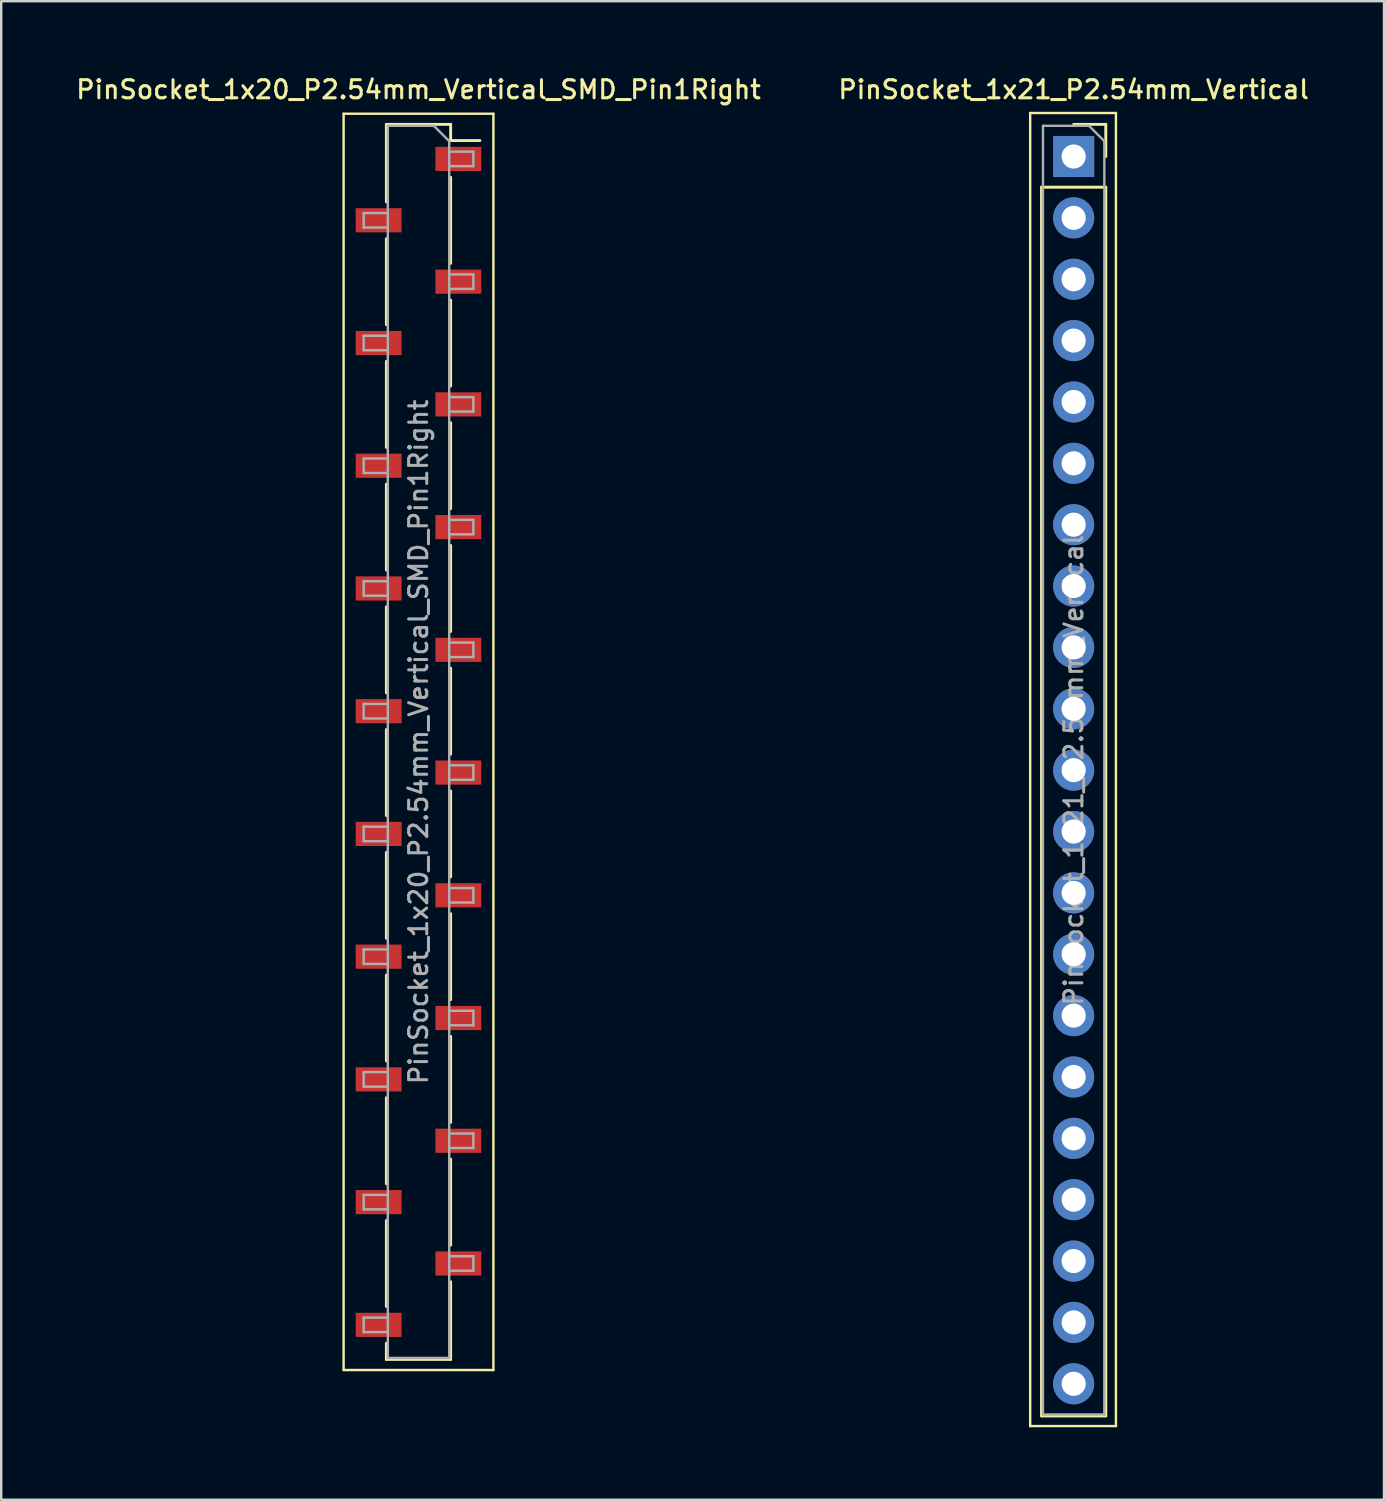
<source format=kicad_pcb>
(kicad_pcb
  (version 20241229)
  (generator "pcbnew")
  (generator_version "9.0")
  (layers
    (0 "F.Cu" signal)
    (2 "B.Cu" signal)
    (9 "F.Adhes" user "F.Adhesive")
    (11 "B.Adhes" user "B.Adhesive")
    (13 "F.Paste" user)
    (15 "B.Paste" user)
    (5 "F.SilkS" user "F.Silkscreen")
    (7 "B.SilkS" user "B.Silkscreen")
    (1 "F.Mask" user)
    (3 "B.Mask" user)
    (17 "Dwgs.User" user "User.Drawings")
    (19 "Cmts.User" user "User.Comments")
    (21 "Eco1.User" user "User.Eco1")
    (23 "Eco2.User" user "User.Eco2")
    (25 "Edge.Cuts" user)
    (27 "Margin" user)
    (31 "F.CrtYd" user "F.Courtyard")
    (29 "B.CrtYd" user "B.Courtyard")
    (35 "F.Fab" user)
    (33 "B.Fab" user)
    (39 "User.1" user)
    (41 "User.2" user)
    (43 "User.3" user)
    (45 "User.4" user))
  (footprint "PinSocket_1x21_P2.54mm_Vertical"
    (layer "F.Cu")
    (at 41.391 3.428)
    (property "Reference" "PinSocket_1x21_P2.54mm_Vertical" (at 0 -2.77 0) (layer "F.SilkS") (effects (font (size 0.75 0.75) (thickness 0.125))))
    (attr through_hole)
    (fp_line (start -1.8 -1.8) (end 1.75 -1.8) (stroke (width 0.1) (type solid)) (layer "F.SilkS"))
    (fp_line (start -1.8 52.55) (end -1.8 -1.8) (stroke (width 0.1) (type solid)) (layer "F.SilkS"))
    (fp_line (start -1.33 1.27) (end -1.33 52.13) (stroke (width 0.12) (type solid)) (layer "F.SilkS"))
    (fp_line (start -1.33 1.27) (end 1.33 1.27) (stroke (width 0.12) (type solid)) (layer "F.SilkS"))
    (fp_line (start -1.33 52.13) (end 1.33 52.13) (stroke (width 0.12) (type solid)) (layer "F.SilkS"))
    (fp_line (start 0 -1.33) (end 1.33 -1.33) (stroke (width 0.12) (type solid)) (layer "F.SilkS"))
    (fp_line (start 1.33 -1.33) (end 1.33 0) (stroke (width 0.12) (type solid)) (layer "F.SilkS"))
    (fp_line (start 1.33 1.27) (end 1.33 52.13) (stroke (width 0.12) (type solid)) (layer "F.SilkS"))
    (fp_line (start 1.75 -1.8) (end 1.75 52.55) (stroke (width 0.1) (type solid)) (layer "F.SilkS"))
    (fp_line (start 1.75 52.55) (end -1.8 52.55) (stroke (width 0.1) (type solid)) (layer "F.SilkS"))
    (fp_line (start -1.27 -1.27) (end 0.635 -1.27) (stroke (width 0.1) (type solid)) (layer "F.Fab"))
    (fp_line (start -1.27 52.07) (end -1.27 -1.27) (stroke (width 0.1) (type solid)) (layer "F.Fab"))
    (fp_line (start 0.635 -1.27) (end 1.27 -0.635) (stroke (width 0.1) (type solid)) (layer "F.Fab"))
    (fp_line (start 1.27 -0.635) (end 1.27 52.07) (stroke (width 0.1) (type solid)) (layer "F.Fab"))
    (fp_line (start 1.27 52.07) (end -1.27 52.07) (stroke (width 0.1) (type solid)) (layer "F.Fab"))
    (fp_text user "${REFERENCE}" (at 0 25.4 90) (layer "F.Fab") (effects (font (size 0.75 0.75) (thickness 0.125))))
    (pad "1" thru_hole rect (at 0 0) (size 1.7 1.7) (drill 1) (layers "*.Cu" "*.Mask"))
    (pad "2" thru_hole oval (at 0 2.54) (size 1.7 1.7) (drill 1) (layers "*.Cu" "*.Mask"))
    (pad "3" thru_hole oval (at 0 5.08) (size 1.7 1.7) (drill 1) (layers "*.Cu" "*.Mask"))
    (pad "4" thru_hole oval (at 0 7.62) (size 1.7 1.7) (drill 1) (layers "*.Cu" "*.Mask"))
    (pad "5" thru_hole oval (at 0 10.16) (size 1.7 1.7) (drill 1) (layers "*.Cu" "*.Mask"))
    (pad "6" thru_hole oval (at 0 12.7) (size 1.7 1.7) (drill 1) (layers "*.Cu" "*.Mask"))
    (pad "7" thru_hole oval (at 0 15.24) (size 1.7 1.7) (drill 1) (layers "*.Cu" "*.Mask"))
    (pad "8" thru_hole oval (at 0 17.78) (size 1.7 1.7) (drill 1) (layers "*.Cu" "*.Mask"))
    (pad "9" thru_hole oval (at 0 20.32) (size 1.7 1.7) (drill 1) (layers "*.Cu" "*.Mask"))
    (pad "10" thru_hole oval (at 0 22.86) (size 1.7 1.7) (drill 1) (layers "*.Cu" "*.Mask"))
    (pad "11" thru_hole oval (at 0 25.4) (size 1.7 1.7) (drill 1) (layers "*.Cu" "*.Mask"))
    (pad "12" thru_hole oval (at 0 27.94) (size 1.7 1.7) (drill 1) (layers "*.Cu" "*.Mask"))
    (pad "13" thru_hole oval (at 0 30.48) (size 1.7 1.7) (drill 1) (layers "*.Cu" "*.Mask"))
    (pad "14" thru_hole oval (at 0 33.02) (size 1.7 1.7) (drill 1) (layers "*.Cu" "*.Mask"))
    (pad "15" thru_hole oval (at 0 35.56) (size 1.7 1.7) (drill 1) (layers "*.Cu" "*.Mask"))
    (pad "16" thru_hole oval (at 0 38.1) (size 1.7 1.7) (drill 1) (layers "*.Cu" "*.Mask"))
    (pad "17" thru_hole oval (at 0 40.64) (size 1.7 1.7) (drill 1) (layers "*.Cu" "*.Mask"))
    (pad "18" thru_hole oval (at 0 43.18) (size 1.7 1.7) (drill 1) (layers "*.Cu" "*.Mask"))
    (pad "19" thru_hole oval (at 0 45.72) (size 1.7 1.7) (drill 1) (layers "*.Cu" "*.Mask"))
    (pad "20" thru_hole oval (at 0 48.26) (size 1.7 1.7) (drill 1) (layers "*.Cu" "*.Mask"))
    (pad "21" thru_hole oval (at 0 50.8) (size 1.7 1.7) (drill 1) (layers "*.Cu" "*.Mask")))
  (footprint "PinSocket_1x20_P2.54mm_Vertical_SMD_Pin1Right"
    (layer "F.Cu")
    (at 14.273 27.658)
    (property "Reference" "PinSocket_1x20_P2.54mm_Vertical_SMD_Pin1Right" (at 0 -27 0) (layer "F.SilkS") (effects (font (size 0.75 0.75) (thickness 0.125))))
    (attr smd)
    (fp_line (start -3.1 -26) (end 3.1 -26) (stroke (width 0.1) (type solid)) (layer "F.SilkS"))
    (fp_line (start -3.1 26) (end -3.1 -26) (stroke (width 0.1) (type solid)) (layer "F.SilkS"))
    (fp_line (start -1.33 -25.56) (end -1.33 -22.35) (stroke (width 0.12) (type solid)) (layer "F.SilkS"))
    (fp_line (start -1.33 -25.56) (end 1.33 -25.56) (stroke (width 0.12) (type solid)) (layer "F.SilkS"))
    (fp_line (start -1.33 -20.83) (end -1.33 -17.27) (stroke (width 0.12) (type solid)) (layer "F.SilkS"))
    (fp_line (start -1.33 -15.75) (end -1.33 -12.19) (stroke (width 0.12) (type solid)) (layer "F.SilkS"))
    (fp_line (start -1.33 -10.67) (end -1.33 -7.11) (stroke (width 0.12) (type solid)) (layer "F.SilkS"))
    (fp_line (start -1.33 -5.59) (end -1.33 -2.03) (stroke (width 0.12) (type solid)) (layer "F.SilkS"))
    (fp_line (start -1.33 -0.51) (end -1.33 3.05) (stroke (width 0.12) (type solid)) (layer "F.SilkS"))
    (fp_line (start -1.33 4.57) (end -1.33 8.13) (stroke (width 0.12) (type solid)) (layer "F.SilkS"))
    (fp_line (start -1.33 9.65) (end -1.33 13.21) (stroke (width 0.12) (type solid)) (layer "F.SilkS"))
    (fp_line (start -1.33 14.73) (end -1.33 18.29) (stroke (width 0.12) (type solid)) (layer "F.SilkS"))
    (fp_line (start -1.33 19.81) (end -1.33 23.37) (stroke (width 0.12) (type solid)) (layer "F.SilkS"))
    (fp_line (start -1.33 24.89) (end -1.33 25.56) (stroke (width 0.12) (type solid)) (layer "F.SilkS"))
    (fp_line (start -1.33 25.56) (end 1.33 25.56) (stroke (width 0.12) (type solid)) (layer "F.SilkS"))
    (fp_line (start 1.33 -25.56) (end 1.33 -24.89) (stroke (width 0.12) (type solid)) (layer "F.SilkS"))
    (fp_line (start 1.33 -24.89) (end 2.54 -24.89) (stroke (width 0.12) (type solid)) (layer "F.SilkS"))
    (fp_line (start 1.33 -23.37) (end 1.33 -19.81) (stroke (width 0.12) (type solid)) (layer "F.SilkS"))
    (fp_line (start 1.33 -18.29) (end 1.33 -14.73) (stroke (width 0.12) (type solid)) (layer "F.SilkS"))
    (fp_line (start 1.33 -13.21) (end 1.33 -9.65) (stroke (width 0.12) (type solid)) (layer "F.SilkS"))
    (fp_line (start 1.33 -8.13) (end 1.33 -4.57) (stroke (width 0.12) (type solid)) (layer "F.SilkS"))
    (fp_line (start 1.33 -3.05) (end 1.33 0.51) (stroke (width 0.12) (type solid)) (layer "F.SilkS"))
    (fp_line (start 1.33 2.03) (end 1.33 5.59) (stroke (width 0.12) (type solid)) (layer "F.SilkS"))
    (fp_line (start 1.33 7.11) (end 1.33 10.67) (stroke (width 0.12) (type solid)) (layer "F.SilkS"))
    (fp_line (start 1.33 12.19) (end 1.33 15.75) (stroke (width 0.12) (type solid)) (layer "F.SilkS"))
    (fp_line (start 1.33 17.27) (end 1.33 20.83) (stroke (width 0.12) (type solid)) (layer "F.SilkS"))
    (fp_line (start 1.33 22.35) (end 1.33 25.56) (stroke (width 0.12) (type solid)) (layer "F.SilkS"))
    (fp_line (start 3.1 -26) (end 3.1 26) (stroke (width 0.1) (type solid)) (layer "F.SilkS"))
    (fp_line (start 3.1 26) (end -3.1 26) (stroke (width 0.1) (type solid)) (layer "F.SilkS"))
    (fp_line (start -2.27 -21.89) (end -1.27 -21.89) (stroke (width 0.1) (type solid)) (layer "F.Fab"))
    (fp_line (start -2.27 -21.29) (end -2.27 -21.89) (stroke (width 0.1) (type solid)) (layer "F.Fab"))
    (fp_line (start -2.27 -16.81) (end -1.27 -16.81) (stroke (width 0.1) (type solid)) (layer "F.Fab"))
    (fp_line (start -2.27 -16.21) (end -2.27 -16.81) (stroke (width 0.1) (type solid)) (layer "F.Fab"))
    (fp_line (start -2.27 -11.73) (end -1.27 -11.73) (stroke (width 0.1) (type solid)) (layer "F.Fab"))
    (fp_line (start -2.27 -11.13) (end -2.27 -11.73) (stroke (width 0.1) (type solid)) (layer "F.Fab"))
    (fp_line (start -2.27 -6.65) (end -1.27 -6.65) (stroke (width 0.1) (type solid)) (layer "F.Fab"))
    (fp_line (start -2.27 -6.05) (end -2.27 -6.65) (stroke (width 0.1) (type solid)) (layer "F.Fab"))
    (fp_line (start -2.27 -1.57) (end -1.27 -1.57) (stroke (width 0.1) (type solid)) (layer "F.Fab"))
    (fp_line (start -2.27 -0.97) (end -2.27 -1.57) (stroke (width 0.1) (type solid)) (layer "F.Fab"))
    (fp_line (start -2.27 3.51) (end -1.27 3.51) (stroke (width 0.1) (type solid)) (layer "F.Fab"))
    (fp_line (start -2.27 4.11) (end -2.27 3.51) (stroke (width 0.1) (type solid)) (layer "F.Fab"))
    (fp_line (start -2.27 8.59) (end -1.27 8.59) (stroke (width 0.1) (type solid)) (layer "F.Fab"))
    (fp_line (start -2.27 9.19) (end -2.27 8.59) (stroke (width 0.1) (type solid)) (layer "F.Fab"))
    (fp_line (start -2.27 13.67) (end -1.27 13.67) (stroke (width 0.1) (type solid)) (layer "F.Fab"))
    (fp_line (start -2.27 14.27) (end -2.27 13.67) (stroke (width 0.1) (type solid)) (layer "F.Fab"))
    (fp_line (start -2.27 18.75) (end -1.27 18.75) (stroke (width 0.1) (type solid)) (layer "F.Fab"))
    (fp_line (start -2.27 19.35) (end -2.27 18.75) (stroke (width 0.1) (type solid)) (layer "F.Fab"))
    (fp_line (start -2.27 23.83) (end -1.27 23.83) (stroke (width 0.1) (type solid)) (layer "F.Fab"))
    (fp_line (start -2.27 24.43) (end -2.27 23.83) (stroke (width 0.1) (type solid)) (layer "F.Fab"))
    (fp_line (start -1.27 -25.5) (end 0.635 -25.5) (stroke (width 0.1) (type solid)) (layer "F.Fab"))
    (fp_line (start -1.27 -21.29) (end -2.27 -21.29) (stroke (width 0.1) (type solid)) (layer "F.Fab"))
    (fp_line (start -1.27 -16.21) (end -2.27 -16.21) (stroke (width 0.1) (type solid)) (layer "F.Fab"))
    (fp_line (start -1.27 -11.13) (end -2.27 -11.13) (stroke (width 0.1) (type solid)) (layer "F.Fab"))
    (fp_line (start -1.27 -6.05) (end -2.27 -6.05) (stroke (width 0.1) (type solid)) (layer "F.Fab"))
    (fp_line (start -1.27 -0.97) (end -2.27 -0.97) (stroke (width 0.1) (type solid)) (layer "F.Fab"))
    (fp_line (start -1.27 4.11) (end -2.27 4.11) (stroke (width 0.1) (type solid)) (layer "F.Fab"))
    (fp_line (start -1.27 9.19) (end -2.27 9.19) (stroke (width 0.1) (type solid)) (layer "F.Fab"))
    (fp_line (start -1.27 14.27) (end -2.27 14.27) (stroke (width 0.1) (type solid)) (layer "F.Fab"))
    (fp_line (start -1.27 19.35) (end -2.27 19.35) (stroke (width 0.1) (type solid)) (layer "F.Fab"))
    (fp_line (start -1.27 24.43) (end -2.27 24.43) (stroke (width 0.1) (type solid)) (layer "F.Fab"))
    (fp_line (start -1.27 25.5) (end -1.27 -25.5) (stroke (width 0.1) (type solid)) (layer "F.Fab"))
    (fp_line (start 0.635 -25.5) (end 1.27 -24.865) (stroke (width 0.1) (type solid)) (layer "F.Fab"))
    (fp_line (start 1.27 -24.865) (end 1.27 25.5) (stroke (width 0.1) (type solid)) (layer "F.Fab"))
    (fp_line (start 1.27 -24.43) (end 2.27 -24.43) (stroke (width 0.1) (type solid)) (layer "F.Fab"))
    (fp_line (start 1.27 -19.35) (end 2.27 -19.35) (stroke (width 0.1) (type solid)) (layer "F.Fab"))
    (fp_line (start 1.27 -14.27) (end 2.27 -14.27) (stroke (width 0.1) (type solid)) (layer "F.Fab"))
    (fp_line (start 1.27 -9.19) (end 2.27 -9.19) (stroke (width 0.1) (type solid)) (layer "F.Fab"))
    (fp_line (start 1.27 -4.11) (end 2.27 -4.11) (stroke (width 0.1) (type solid)) (layer "F.Fab"))
    (fp_line (start 1.27 0.97) (end 2.27 0.97) (stroke (width 0.1) (type solid)) (layer "F.Fab"))
    (fp_line (start 1.27 6.05) (end 2.27 6.05) (stroke (width 0.1) (type solid)) (layer "F.Fab"))
    (fp_line (start 1.27 11.13) (end 2.27 11.13) (stroke (width 0.1) (type solid)) (layer "F.Fab"))
    (fp_line (start 1.27 16.21) (end 2.27 16.21) (stroke (width 0.1) (type solid)) (layer "F.Fab"))
    (fp_line (start 1.27 21.29) (end 2.27 21.29) (stroke (width 0.1) (type solid)) (layer "F.Fab"))
    (fp_line (start 1.27 25.5) (end -1.27 25.5) (stroke (width 0.1) (type solid)) (layer "F.Fab"))
    (fp_line (start 2.27 -24.43) (end 2.27 -23.83) (stroke (width 0.1) (type solid)) (layer "F.Fab"))
    (fp_line (start 2.27 -23.83) (end 1.27 -23.83) (stroke (width 0.1) (type solid)) (layer "F.Fab"))
    (fp_line (start 2.27 -19.35) (end 2.27 -18.75) (stroke (width 0.1) (type solid)) (layer "F.Fab"))
    (fp_line (start 2.27 -18.75) (end 1.27 -18.75) (stroke (width 0.1) (type solid)) (layer "F.Fab"))
    (fp_line (start 2.27 -14.27) (end 2.27 -13.67) (stroke (width 0.1) (type solid)) (layer "F.Fab"))
    (fp_line (start 2.27 -13.67) (end 1.27 -13.67) (stroke (width 0.1) (type solid)) (layer "F.Fab"))
    (fp_line (start 2.27 -9.19) (end 2.27 -8.59) (stroke (width 0.1) (type solid)) (layer "F.Fab"))
    (fp_line (start 2.27 -8.59) (end 1.27 -8.59) (stroke (width 0.1) (type solid)) (layer "F.Fab"))
    (fp_line (start 2.27 -4.11) (end 2.27 -3.51) (stroke (width 0.1) (type solid)) (layer "F.Fab"))
    (fp_line (start 2.27 -3.51) (end 1.27 -3.51) (stroke (width 0.1) (type solid)) (layer "F.Fab"))
    (fp_line (start 2.27 0.97) (end 2.27 1.57) (stroke (width 0.1) (type solid)) (layer "F.Fab"))
    (fp_line (start 2.27 1.57) (end 1.27 1.57) (stroke (width 0.1) (type solid)) (layer "F.Fab"))
    (fp_line (start 2.27 6.05) (end 2.27 6.65) (stroke (width 0.1) (type solid)) (layer "F.Fab"))
    (fp_line (start 2.27 6.65) (end 1.27 6.65) (stroke (width 0.1) (type solid)) (layer "F.Fab"))
    (fp_line (start 2.27 11.13) (end 2.27 11.73) (stroke (width 0.1) (type solid)) (layer "F.Fab"))
    (fp_line (start 2.27 11.73) (end 1.27 11.73) (stroke (width 0.1) (type solid)) (layer "F.Fab"))
    (fp_line (start 2.27 16.21) (end 2.27 16.81) (stroke (width 0.1) (type solid)) (layer "F.Fab"))
    (fp_line (start 2.27 16.81) (end 1.27 16.81) (stroke (width 0.1) (type solid)) (layer "F.Fab"))
    (fp_line (start 2.27 21.29) (end 2.27 21.89) (stroke (width 0.1) (type solid)) (layer "F.Fab"))
    (fp_line (start 2.27 21.89) (end 1.27 21.89) (stroke (width 0.1) (type solid)) (layer "F.Fab"))
    (fp_text user "${REFERENCE}" (at 0 0 90) (layer "F.Fab") (effects (font (size 0.75 0.75) (thickness 0.125))))
    (pad "1" smd rect (at 1.65 -24.13) (size 1.9 1) (layers "F.Cu" "F.Mask" "F.Paste"))
    (pad "2" smd rect (at -1.65 -21.59) (size 1.9 1) (layers "F.Cu" "F.Mask" "F.Paste"))
    (pad "3" smd rect (at 1.65 -19.05) (size 1.9 1) (layers "F.Cu" "F.Mask" "F.Paste"))
    (pad "4" smd rect (at -1.65 -16.51) (size 1.9 1) (layers "F.Cu" "F.Mask" "F.Paste"))
    (pad "5" smd rect (at 1.65 -13.97) (size 1.9 1) (layers "F.Cu" "F.Mask" "F.Paste"))
    (pad "6" smd rect (at -1.65 -11.43) (size 1.9 1) (layers "F.Cu" "F.Mask" "F.Paste"))
    (pad "7" smd rect (at 1.65 -8.89) (size 1.9 1) (layers "F.Cu" "F.Mask" "F.Paste"))
    (pad "8" smd rect (at -1.65 -6.35) (size 1.9 1) (layers "F.Cu" "F.Mask" "F.Paste"))
    (pad "9" smd rect (at 1.65 -3.81) (size 1.9 1) (layers "F.Cu" "F.Mask" "F.Paste"))
    (pad "10" smd rect (at -1.65 -1.27) (size 1.9 1) (layers "F.Cu" "F.Mask" "F.Paste"))
    (pad "11" smd rect (at 1.65 1.27) (size 1.9 1) (layers "F.Cu" "F.Mask" "F.Paste"))
    (pad "12" smd rect (at -1.65 3.81) (size 1.9 1) (layers "F.Cu" "F.Mask" "F.Paste"))
    (pad "13" smd rect (at 1.65 6.35) (size 1.9 1) (layers "F.Cu" "F.Mask" "F.Paste"))
    (pad "14" smd rect (at -1.65 8.89) (size 1.9 1) (layers "F.Cu" "F.Mask" "F.Paste"))
    (pad "15" smd rect (at 1.65 11.43) (size 1.9 1) (layers "F.Cu" "F.Mask" "F.Paste"))
    (pad "16" smd rect (at -1.65 13.97) (size 1.9 1) (layers "F.Cu" "F.Mask" "F.Paste"))
    (pad "17" smd rect (at 1.65 16.51) (size 1.9 1) (layers "F.Cu" "F.Mask" "F.Paste"))
    (pad "18" smd rect (at -1.65 19.05) (size 1.9 1) (layers "F.Cu" "F.Mask" "F.Paste"))
    (pad "19" smd rect (at 1.65 21.59) (size 1.9 1) (layers "F.Cu" "F.Mask" "F.Paste"))
    (pad "20" smd rect (at -1.65 24.13) (size 1.9 1) (layers "F.Cu" "F.Mask" "F.Paste")))
  (gr_rect
    (start -3 -3)
    (end 54.236 59.028)
    (stroke (width 0.1) (type default))
    (fill no)
    (layer "Edge.Cuts")))
</source>
